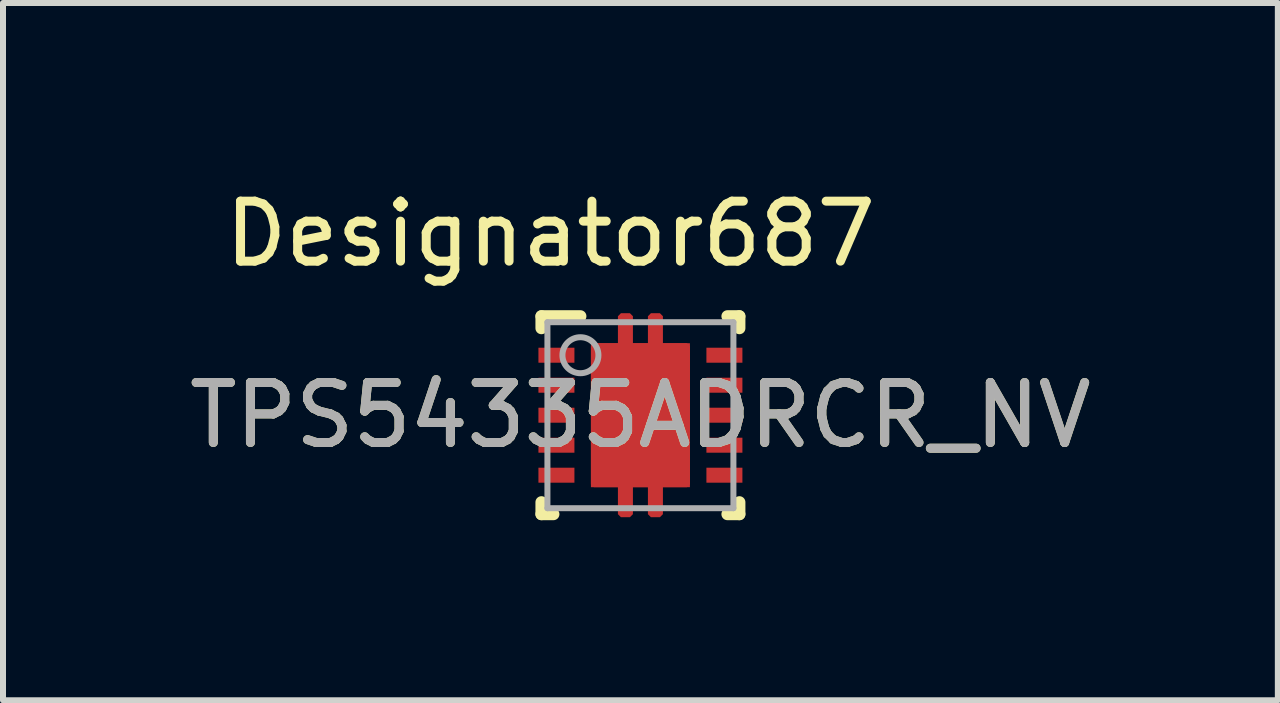
<source format=kicad_pcb>
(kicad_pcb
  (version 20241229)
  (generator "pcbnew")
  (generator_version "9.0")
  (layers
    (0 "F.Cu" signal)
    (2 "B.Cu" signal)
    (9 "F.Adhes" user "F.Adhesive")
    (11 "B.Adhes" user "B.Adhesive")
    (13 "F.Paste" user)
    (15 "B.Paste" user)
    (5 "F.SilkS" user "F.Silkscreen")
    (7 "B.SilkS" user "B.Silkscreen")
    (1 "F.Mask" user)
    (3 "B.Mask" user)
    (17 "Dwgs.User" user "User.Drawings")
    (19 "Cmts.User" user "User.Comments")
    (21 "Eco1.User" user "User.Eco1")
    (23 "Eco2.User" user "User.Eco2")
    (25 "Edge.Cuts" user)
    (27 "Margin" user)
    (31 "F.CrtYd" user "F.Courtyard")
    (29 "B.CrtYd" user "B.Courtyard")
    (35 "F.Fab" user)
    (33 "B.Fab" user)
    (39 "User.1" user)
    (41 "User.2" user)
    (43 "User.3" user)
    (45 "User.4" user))
  (footprint "TPS54335ADRCR_NV"
    (layer "F.Cu")
    (at 7.625 3.871)
    (property "Reference" "TPS54335ADRCR_NV" (at 0 0 0) (unlocked yes) (layer "F.SilkS") (effects (font (size 1 1) (thickness 0.15))))
    (attr smd)
    (fp_poly (pts (xy -0.375 1.65) (xy -0.375 1.2) (xy -0.775 1.2) (xy -0.825 1.15) (xy -0.825 -1.15) (xy -0.775 -1.2) (xy -0.375 -1.2) (xy -0.375 -1.65) (xy -0.325 -1.7) (xy -0.325 -1.7) (xy -0.175 -1.7) (xy -0.175 -1.7) (xy -0.125 -1.65) (xy -0.125 -1.2) (xy 0.125 -1.2) (xy 0.125 -1.65) (xy 0.175 -1.7) (xy 0.175 -1.7) (xy 0.325 -1.7) (xy 0.325 -1.7) (xy 0.375 -1.65) (xy 0.375 -1.2) (xy 0.775 -1.2) (xy 0.825 -1.15) (xy 0.825 1.15) (xy 0.775 1.2) (xy 0.375 1.2) (xy 0.375 1.65) (xy 0.325 1.7) (xy 0.175 1.7) (xy 0.125 1.65) (xy 0.125 1.2) (xy -0.125 1.2) (xy -0.125 1.65) (xy -0.175 1.7) (xy -0.325 1.7)) (stroke (width 0) (type solid)) (fill yes) (layer "F.Cu"))
    (fp_poly (pts (xy -0.411 1.686) (xy -0.417 1.678) (xy -0.422 1.669) (xy -0.425 1.66) (xy -0.426 1.65) (xy -0.426 1.251) (xy -0.775 1.251) (xy -0.785 1.25) (xy -0.794 1.247) (xy -0.803 1.242) (xy -0.811 1.236) (xy -0.861 1.186) (xy -0.867 1.178) (xy -0.872 1.169) (xy -0.875 1.16) (xy -0.876 1.15) (xy -0.876 -1.15) (xy -0.875 -1.16) (xy -0.872 -1.169) (xy -0.867 -1.178) (xy -0.861 -1.186) (xy -0.811 -1.236) (xy -0.803 -1.242) (xy -0.794 -1.247) (xy -0.785 -1.25) (xy -0.775 -1.251) (xy -0.426 -1.251) (xy -0.426 -1.65) (xy -0.425 -1.66) (xy -0.422 -1.669) (xy -0.417 -1.678) (xy -0.411 -1.686) (xy -0.361 -1.736) (xy -0.361 -1.736) (xy -0.353 -1.742) (xy -0.344 -1.747) (xy -0.335 -1.75) (xy -0.325 -1.751) (xy -0.175 -1.751) (xy -0.165 -1.75) (xy -0.156 -1.747) (xy -0.147 -1.742) (xy -0.139 -1.736) (xy -0.089 -1.686) (xy -0.083 -1.678) (xy -0.078 -1.669) (xy -0.075 -1.66) (xy -0.074 -1.65) (xy -0.074 -1.251) (xy 0.074 -1.251) (xy 0.074 -1.65) (xy 0.075 -1.66) (xy 0.078 -1.669) (xy 0.083 -1.678) (xy 0.089 -1.686) (xy 0.139 -1.736) (xy 0.139 -1.736) (xy 0.147 -1.742) (xy 0.156 -1.747) (xy 0.165 -1.75) (xy 0.175 -1.751) (xy 0.325 -1.751) (xy 0.335 -1.75) (xy 0.344 -1.747) (xy 0.353 -1.742) (xy 0.361 -1.736) (xy 0.411 -1.686) (xy 0.417 -1.678) (xy 0.422 -1.669) (xy 0.425 -1.66) (xy 0.426 -1.65) (xy 0.426 -1.251) (xy 0.775 -1.251) (xy 0.785 -1.25) (xy 0.794 -1.247) (xy 0.803 -1.242) (xy 0.811 -1.236) (xy 0.861 -1.186) (xy 0.867 -1.178) (xy 0.872 -1.169) (xy 0.875 -1.16) (xy 0.876 -1.15) (xy 0.876 1.15) (xy 0.875 1.16) (xy 0.872 1.169) (xy 0.867 1.178) (xy 0.861 1.186) (xy 0.811 1.236) (xy 0.803 1.242) (xy 0.794 1.247) (xy 0.785 1.25) (xy 0.775 1.251) (xy 0.426 1.251) (xy 0.426 1.65) (xy 0.425 1.66) (xy 0.422 1.669) (xy 0.417 1.678) (xy 0.411 1.686) (xy 0.361 1.736) (xy 0.353 1.742) (xy 0.344 1.747) (xy 0.335 1.75) (xy 0.325 1.751) (xy 0.175 1.751) (xy 0.165 1.75) (xy 0.156 1.747) (xy 0.147 1.742) (xy 0.139 1.736) (xy 0.089 1.686) (xy 0.083 1.678) (xy 0.078 1.669) (xy 0.075 1.66) (xy 0.074 1.65) (xy 0.074 1.251) (xy -0.074 1.251) (xy -0.074 1.65) (xy -0.075 1.66) (xy -0.078 1.669) (xy -0.083 1.678) (xy -0.089 1.686) (xy -0.139 1.736) (xy -0.147 1.742) (xy -0.156 1.747) (xy -0.165 1.75) (xy -0.175 1.751) (xy -0.325 1.751) (xy -0.335 1.75) (xy -0.344 1.747) (xy -0.353 1.742) (xy -0.361 1.736)) (stroke (width 0) (type solid)) (fill yes) (layer "F.Mask"))
    (fp_line (start -1.65 -1.65) (end -1 -1.65) (stroke (width 0.2) (type solid)) (layer "F.SilkS"))
    (fp_line (start -1.65 -1.45) (end -1.65 -1.65) (stroke (width 0.2) (type solid)) (layer "F.SilkS"))
    (fp_line (start -1.65 1.65) (end -1.65 1.45) (stroke (width 0.2) (type solid)) (layer "F.SilkS"))
    (fp_line (start -1.65 1.65) (end -1.45 1.65) (stroke (width 0.2) (type solid)) (layer "F.SilkS"))
    (fp_line (start 1.45 -1.65) (end 1.65 -1.65) (stroke (width 0.2) (type solid)) (layer "F.SilkS"))
    (fp_line (start 1.45 1.65) (end 1.65 1.65) (stroke (width 0.2) (type solid)) (layer "F.SilkS"))
    (fp_line (start 1.65 -1.45) (end 1.65 -1.65) (stroke (width 0.2) (type solid)) (layer "F.SilkS"))
    (fp_line (start 1.65 1.65) (end 1.65 1.45) (stroke (width 0.2) (type solid)) (layer "F.SilkS"))
    (fp_poly (pts (xy -0.75 -0.15) (xy -0.75 -1.11) (xy -0.7 -1.16) (xy 0.7 -1.16) (xy 0.75 -1.11) (xy 0.75 -0.15) (xy 0.7 -0.1) (xy -0.7 -0.1)) (stroke (width 0) (type solid)) (fill yes) (layer "F.Paste"))
    (fp_poly (pts (xy -0.75 1.11) (xy -0.7 1.16) (xy 0.7 1.16) (xy 0.75 1.11) (xy 0.75 0.15) (xy 0.7 0.1) (xy -0.7 0.1) (xy -0.75 0.15)) (stroke (width 0) (type solid)) (fill yes) (layer "F.Paste"))
    (fp_poly (pts (xy -0.375 1.65) (xy -0.375 1.41) (xy -0.325 1.36) (xy -0.175 1.36) (xy -0.125 1.41) (xy -0.125 1.65) (xy -0.175 1.7) (xy -0.325 1.7)) (stroke (width 0) (type solid)) (fill yes) (layer "F.Paste"))
    (fp_poly (pts (xy 0.125 1.65) (xy 0.175 1.7) (xy 0.325 1.7) (xy 0.375 1.65) (xy 0.375 1.41) (xy 0.325 1.36) (xy 0.175 1.36) (xy 0.125 1.41)) (stroke (width 0) (type solid)) (fill yes) (layer "F.Paste"))
    (fp_poly (pts (xy -0.375 -1.41) (xy -0.375 -1.65) (xy -0.325 -1.7) (xy -0.325 -1.7) (xy -0.175 -1.7) (xy -0.175 -1.7) (xy -0.125 -1.65) (xy -0.125 -1.41) (xy -0.175 -1.36) (xy -0.325 -1.36)) (stroke (width 0) (type solid)) (fill yes) (layer "F.Paste"))
    (fp_poly (pts (xy 0.125 -1.41) (xy 0.125 -1.65) (xy 0.175 -1.7) (xy 0.175 -1.7) (xy 0.325 -1.7) (xy 0.325 -1.7) (xy 0.375 -1.65) (xy 0.375 -1.41) (xy 0.325 -1.36) (xy 0.175 -1.36)) (stroke (width 0) (type solid)) (fill yes) (layer "F.Paste"))
    (fp_line (start -1.55 -1.55) (end 1.55 -1.55) (stroke (width 0.1) (type solid)) (layer "F.Fab"))
    (fp_line (start -1.55 1.55) (end -1.55 -1.55) (stroke (width 0.1) (type solid)) (layer "F.Fab"))
    (fp_line (start -1.55 1.55) (end 1.55 1.55) (stroke (width 0.1) (type solid)) (layer "F.Fab"))
    (fp_line (start 1.55 1.55) (end 1.55 -1.55) (stroke (width 0.1) (type solid)) (layer "F.Fab"))
    (fp_circle (center -1 -1) (end -0.7 -1) (stroke (width 0.1) (type solid)) (fill no) (layer "F.Fab"))
    (fp_text user "Designator687" (at -1.499 -3.023 0) (unlocked yes) (layer "F.SilkS") (effects (font (size 1 1) (thickness 0.15))))
    (fp_text user "${REFERENCE}" (at 0 0 0) (unlocked yes) (layer "F.Fab") (effects (font (size 1 1) (thickness 0.15))))
    (pad "1" smd rect (at -1.4 -1) (size 0.6 0.25) (layers "F.Cu" "F.Mask" "F.Paste"))
    (pad "2" smd rect (at -1.4 -0.5) (size 0.6 0.25) (layers "F.Cu" "F.Mask" "F.Paste"))
    (pad "3" smd rect (at -1.4 0) (size 0.6 0.25) (layers "F.Cu" "F.Mask" "F.Paste"))
    (pad "4" smd rect (at -1.4 0.5) (size 0.6 0.25) (layers "F.Cu" "F.Mask" "F.Paste"))
    (pad "5" smd rect (at -1.4 1) (size 0.6 0.25) (layers "F.Cu" "F.Mask" "F.Paste"))
    (pad "6" smd rect (at 1.4 1) (size 0.6 0.25) (layers "F.Cu" "F.Mask" "F.Paste"))
    (pad "7" smd rect (at 1.4 0.5) (size 0.6 0.25) (layers "F.Cu" "F.Mask" "F.Paste"))
    (pad "8" smd rect (at 1.4 0) (size 0.6 0.25) (layers "F.Cu" "F.Mask" "F.Paste"))
    (pad "9" smd rect (at 1.4 -0.5) (size 0.6 0.25) (layers "F.Cu" "F.Mask" "F.Paste"))
    (pad "10" smd rect (at 1.4 -1) (size 0.6 0.25) (layers "F.Cu" "F.Mask" "F.Paste"))
    (pad "11" smd rect (at 0 0) (size 1.65 2.4) (layers "F.Cu")))
  (gr_rect
    (start -3 -3)
    (end 18.25 8.622)
    (stroke (width 0.1) (type default))
    (fill no)
    (layer "Edge.Cuts")))
</source>
